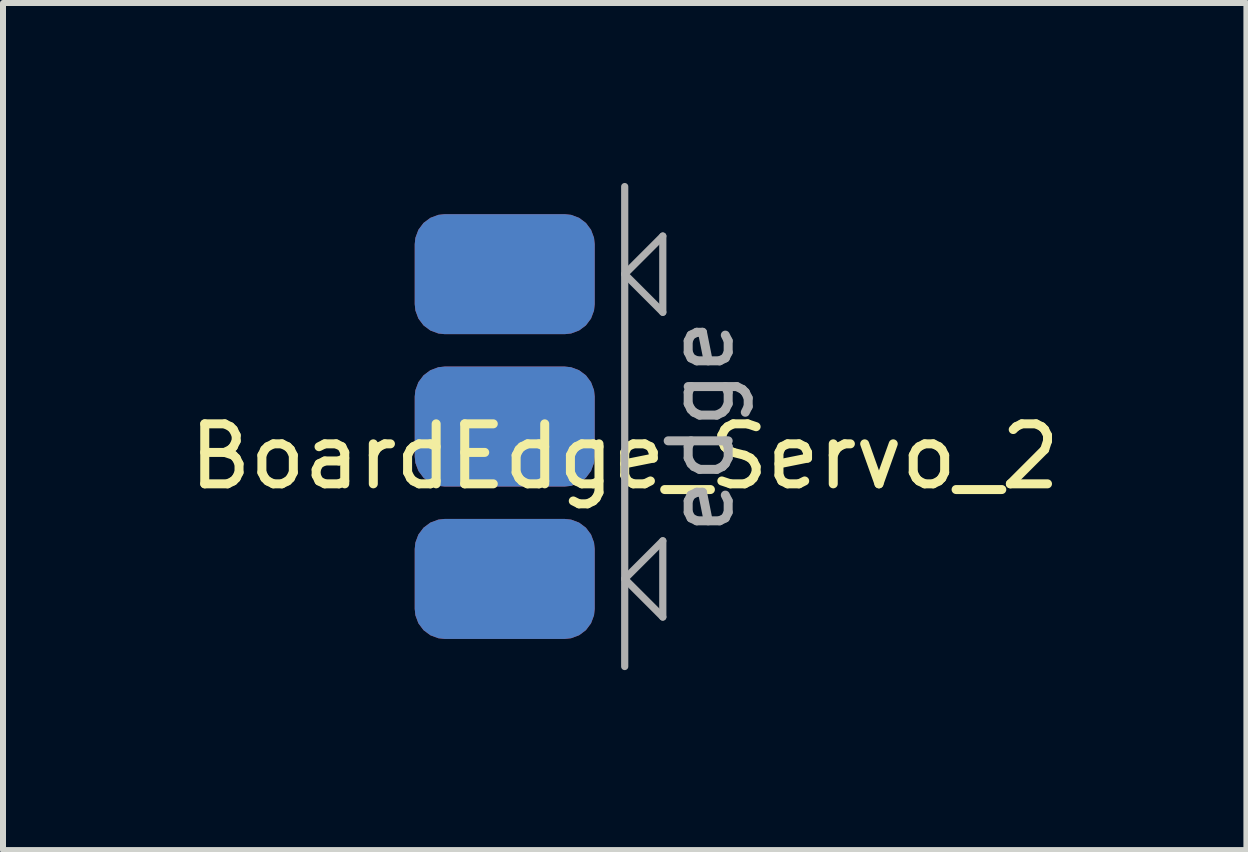
<source format=kicad_pcb>
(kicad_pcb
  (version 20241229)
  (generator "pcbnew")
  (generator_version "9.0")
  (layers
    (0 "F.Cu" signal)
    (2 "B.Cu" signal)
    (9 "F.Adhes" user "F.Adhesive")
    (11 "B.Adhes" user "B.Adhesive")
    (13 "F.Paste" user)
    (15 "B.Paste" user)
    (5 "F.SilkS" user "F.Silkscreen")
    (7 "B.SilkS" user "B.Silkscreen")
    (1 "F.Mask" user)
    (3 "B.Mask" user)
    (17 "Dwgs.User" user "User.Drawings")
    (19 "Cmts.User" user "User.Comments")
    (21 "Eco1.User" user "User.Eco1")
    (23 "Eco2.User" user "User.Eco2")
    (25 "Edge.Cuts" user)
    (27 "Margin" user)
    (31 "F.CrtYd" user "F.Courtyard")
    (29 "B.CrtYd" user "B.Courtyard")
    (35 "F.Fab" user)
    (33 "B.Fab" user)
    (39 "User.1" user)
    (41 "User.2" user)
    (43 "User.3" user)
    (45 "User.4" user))
  (footprint "BoardEdge_Servo_2"
    (layer "F.Cu")
    (at 7.363 4.06)
    (property "Reference" "BoardEdge_Servo_2" (at 0 0.5 0) (layer "F.SilkS") (effects (font (size 1 1) (thickness 0.15))))
    (attr exclude_from_pos_files exclude_from_bom)
    (fp_line (start 0 -4) (end 0 4) (stroke (width 0.12) (type solid)) (layer "F.Fab"))
    (fp_line (start 0 -2.54) (end 0.635 -3.175) (stroke (width 0.12) (type solid)) (layer "F.Fab"))
    (fp_line (start 0 2.54) (end 0.635 1.905) (stroke (width 0.12) (type solid)) (layer "F.Fab"))
    (fp_line (start 0.635 -3.175) (end 0.635 -1.905) (stroke (width 0.12) (type solid)) (layer "F.Fab"))
    (fp_line (start 0.635 -1.905) (end 0 -2.54) (stroke (width 0.12) (type solid)) (layer "F.Fab"))
    (fp_line (start 0.635 1.905) (end 0.635 3.175) (stroke (width 0.12) (type solid)) (layer "F.Fab"))
    (fp_line (start 0.635 3.175) (end 0 2.54) (stroke (width 0.12) (type solid)) (layer "F.Fab"))
    (fp_text user "edge" (at 1.27 0 90) (layer "F.Fab") (effects (font (size 1 1) (thickness 0.15))))
    (pad "1" smd roundrect (at -2 -2.54) (size 3 2) (layers "F.Cu" "F.Mask" "F.Paste") (roundrect_rratio 0.25))
    (pad "2" smd roundrect (at -2 0) (size 3 2) (layers "F.Cu" "F.Mask" "F.Paste") (roundrect_rratio 0.25))
    (pad "3" smd roundrect (at -2 2.54) (size 3 2) (layers "F.Cu" "F.Mask" "F.Paste") (roundrect_rratio 0.25))
    (pad "4" smd roundrect (at -2 2.54) (size 3 2) (layers "B.Cu" "B.Mask" "B.Paste") (roundrect_rratio 0.25))
    (pad "5" smd roundrect (at -2 0) (size 3 2) (layers "B.Cu" "B.Mask" "B.Paste") (roundrect_rratio 0.25))
    (pad "6" smd roundrect (at -2 -2.54) (size 3 2) (layers "B.Cu" "B.Mask" "B.Paste") (roundrect_rratio 0.25)))
  (gr_rect
    (start -3 -3)
    (end 17.726 11.12)
    (stroke (width 0.1) (type default))
    (fill no)
    (layer "Edge.Cuts")))
</source>
